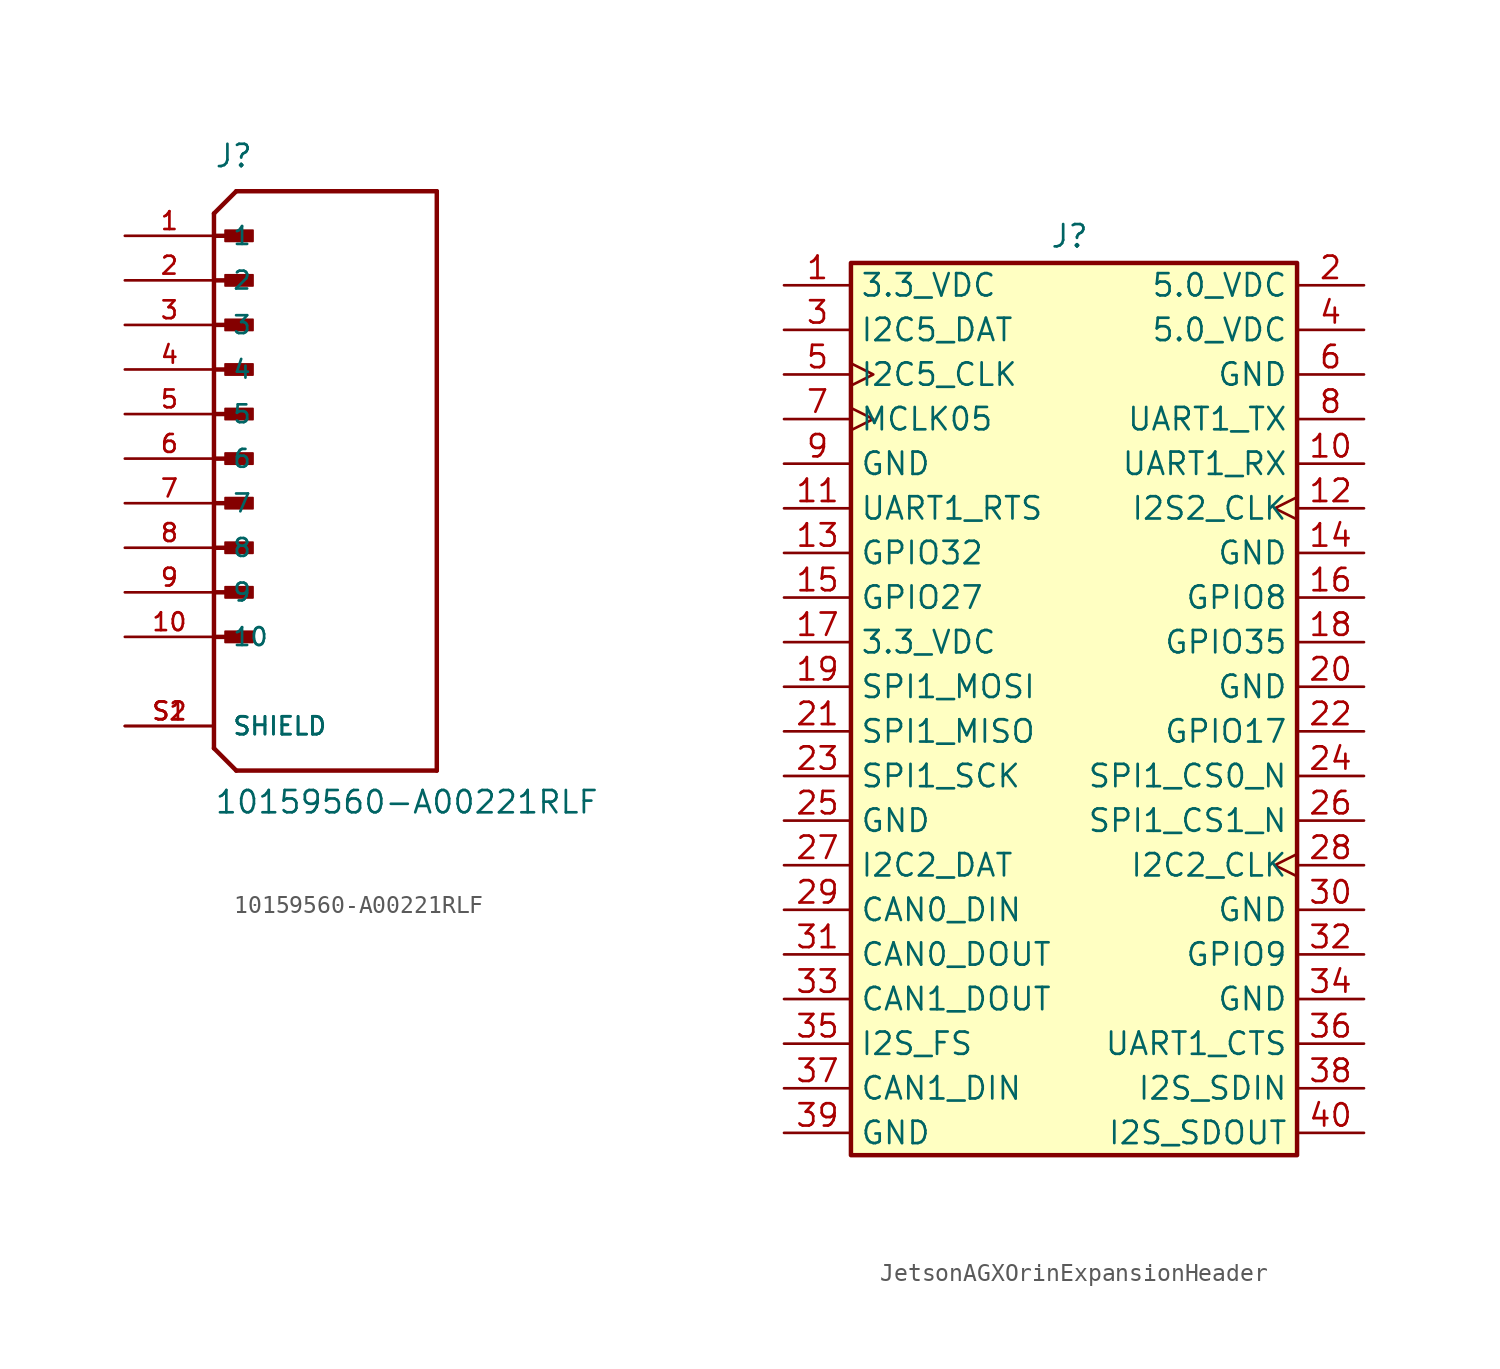
<source format=kicad_sym>
(kicad_symbol_lib
  (version 20231120)
  (generator "kicad_symbol_editor")
  (generator_version "8.0")
  (symbol "10159560-A00221RLF"
    (pin_names
      (offset 1.016))
    (property "Reference" "J"
      (at 0 16.51 0)
      (effects (font (size 1.27 1.27)) (justify left bottom)))
    (property "Value" "10159560-A00221RLF"
      (at 0 -20.32 0)
      (effects (font (size 1.27 1.27)) (justify left bottom)))
    (symbol "10159560-A00221RLF_0_0"
      (polyline (pts (xy 0 -16.51) (xy 1.27 -17.78)) (stroke (width 0.254) (type default)) (fill (type none)))
      (polyline (pts (xy 0 -10.16) (xy 1.905 -10.16)) (stroke (width 0.254) (type default)) (fill (type none)))
      (polyline (pts (xy 0 -7.62) (xy 1.905 -7.62)) (stroke (width 0.254) (type default)) (fill (type none)))
      (polyline (pts (xy 0 -5.08) (xy 1.905 -5.08)) (stroke (width 0.254) (type default)) (fill (type none)))
      (polyline (pts (xy 0 -2.54) (xy 1.905 -2.54)) (stroke (width 0.254) (type default)) (fill (type none)))
      (polyline (pts (xy 0 0) (xy 1.905 0)) (stroke (width 0.254) (type default)) (fill (type none)))
      (polyline (pts (xy 0 2.54) (xy 1.905 2.54)) (stroke (width 0.254) (type default)) (fill (type none)))
      (polyline (pts (xy 0 5.08) (xy 1.905 5.08)) (stroke (width 0.254) (type default)) (fill (type none)))
      (polyline (pts (xy 0 7.62) (xy 1.905 7.62)) (stroke (width 0.254) (type default)) (fill (type none)))
      (polyline (pts (xy 0 10.16) (xy 1.905 10.16)) (stroke (width 0.254) (type default)) (fill (type none)))
      (polyline (pts (xy 0 12.7) (xy 0 -16.51)) (stroke (width 0.254) (type default)) (fill (type none)))
      (polyline (pts (xy 0 12.7) (xy 1.905 12.7)) (stroke (width 0.254) (type default)) (fill (type none)))
      (polyline (pts (xy 0 13.97) (xy 0 12.7)) (stroke (width 0.254) (type default)) (fill (type none)))
      (polyline (pts (xy 0 13.97) (xy 1.27 15.24)) (stroke (width 0.254) (type default)) (fill (type none)))
      (polyline (pts (xy 1.27 -17.78) (xy 12.7 -17.78)) (stroke (width 0.254) (type default)) (fill (type none)))
      (polyline (pts (xy 12.7 -17.78) (xy 12.7 15.24)) (stroke (width 0.254) (type default)) (fill (type none)))
      (polyline (pts (xy 12.7 15.24) (xy 1.27 15.24)) (stroke (width 0.254) (type default)) (fill (type none)))
      (rectangle (start 0.635 -10.477) (end 2.223 -9.842) (stroke (width 0.1) (type default)) (fill (type outline)))
      (rectangle (start 0.635 -7.938) (end 2.223 -7.303) (stroke (width 0.1) (type default)) (fill (type outline)))
      (rectangle (start 0.635 -5.397) (end 2.223 -4.763) (stroke (width 0.1) (type default)) (fill (type outline)))
      (rectangle (start 0.635 -2.857) (end 2.223 -2.223) (stroke (width 0.1) (type default)) (fill (type outline)))
      (rectangle (start 0.635 -0.318) (end 2.223 0.318) (stroke (width 0.1) (type default)) (fill (type outline)))
      (rectangle (start 0.635 2.223) (end 2.223 2.857) (stroke (width 0.1) (type default)) (fill (type outline)))
      (rectangle (start 0.635 4.763) (end 2.223 5.397) (stroke (width 0.1) (type default)) (fill (type outline)))
      (rectangle (start 0.635 7.303) (end 2.223 7.938) (stroke (width 0.1) (type default)) (fill (type outline)))
      (rectangle (start 0.635 9.842) (end 2.223 10.477) (stroke (width 0.1) (type default)) (fill (type outline)))
      (rectangle (start 0.635 12.383) (end 2.223 13.018) (stroke (width 0.1) (type default)) (fill (type outline)))
      (pin power_in line (at -5.08 12.7 0) (length 5.08) (name "1" (effects (font (size 1.016 1.016)))) (number "1" (effects (font (size 1.016 1.016)))))
      (pin power_in line (at -5.08 -10.16 0) (length 5.08) (name "10" (effects (font (size 1.016 1.016)))) (number "10" (effects (font (size 1.016 1.016)))))
      (pin power_in line (at -5.08 10.16 0) (length 5.08) (name "2" (effects (font (size 1.016 1.016)))) (number "2" (effects (font (size 1.016 1.016)))))
      (pin power_in line (at -5.08 7.62 0) (length 5.08) (name "3" (effects (font (size 1.016 1.016)))) (number "3" (effects (font (size 1.016 1.016)))))
      (pin power_in line (at -5.08 5.08 0) (length 5.08) (name "4" (effects (font (size 1.016 1.016)))) (number "4" (effects (font (size 1.016 1.016)))))
      (pin power_in line (at -5.08 2.54 0) (length 5.08) (name "5" (effects (font (size 1.016 1.016)))) (number "5" (effects (font (size 1.016 1.016)))))
      (pin power_in line (at -5.08 0 0) (length 5.08) (name "6" (effects (font (size 1.016 1.016)))) (number "6" (effects (font (size 1.016 1.016)))))
      (pin power_in line (at -5.08 -2.54 0) (length 5.08) (name "7" (effects (font (size 1.016 1.016)))) (number "7" (effects (font (size 1.016 1.016)))))
      (pin power_in line (at -5.08 -5.08 0) (length 5.08) (name "8" (effects (font (size 1.016 1.016)))) (number "8" (effects (font (size 1.016 1.016)))))
      (pin power_in line (at -5.08 -7.62 0) (length 5.08) (name "9" (effects (font (size 1.016 1.016)))) (number "9" (effects (font (size 1.016 1.016)))))
      (pin passive line (at -5.08 -15.24 0) (length 5.08) (name "SHIELD" (effects (font (size 1.016 1.016)))) (number "S1" (effects (font (size 1.016 1.016)))))
      (pin passive line (at -5.08 -15.24 0) (length 5.08) (name "SHIELD" (effects (font (size 1.016 1.016)))) (number "S2" (effects (font (size 1.016 1.016)))))))
  (symbol "JetsonAGXOrinExpansionHeader"
    (property "Reference" "J"
      (at -0.254 25.654 0)
      (effects (font (size 1.27 1.27))))
    (property "Value" ""
      (at -1.27 29.21 0)
      (effects (font (size 1.27 1.27))))
    (symbol "JetsonAGXOrinExpansionHeader_1_1"
      (rectangle (start -12.7 24.13) (end 12.7 -26.67) (stroke (width 0.254) (type default)) (fill (type background)))
      (pin power_out line (at -16.51 22.86 0) (length 3.81) (name "3.3_VDC" (effects (font (size 1.27 1.27)))) (number "1" (effects (font (size 1.27 1.27)))))
      (pin passive line (at 16.51 12.7 180) (length 3.81) (name "UART1_RX" (effects (font (size 1.27 1.27)))) (number "10" (effects (font (size 1.27 1.27)))))
      (pin passive line (at -16.51 10.16 0) (length 3.81) (name "UART1_RTS" (effects (font (size 1.27 1.27)))) (number "11" (effects (font (size 1.27 1.27)))))
      (pin passive clock (at 16.51 10.16 180) (length 3.81) (name "I2S2_CLK" (effects (font (size 1.27 1.27)))) (number "12" (effects (font (size 1.27 1.27)))))
      (pin passive line (at -16.51 7.62 0) (length 3.81) (name "GPIO32" (effects (font (size 1.27 1.27)))) (number "13" (effects (font (size 1.27 1.27)))))
      (pin passive line (at 16.51 7.62 180) (length 3.81) (name "GND" (effects (font (size 1.27 1.27)))) (number "14" (effects (font (size 1.27 1.27)))))
      (pin passive line (at -16.51 5.08 0) (length 3.81) (name "GPIO27" (effects (font (size 1.27 1.27)))) (number "15" (effects (font (size 1.27 1.27)))))
      (pin passive line (at 16.51 5.08 180) (length 3.81) (name "GPIO8" (effects (font (size 1.27 1.27)))) (number "16" (effects (font (size 1.27 1.27)))))
      (pin power_out line (at -16.51 2.54 0) (length 3.81) (name "3.3_VDC" (effects (font (size 1.27 1.27)))) (number "17" (effects (font (size 1.27 1.27)))))
      (pin passive line (at 16.51 2.54 180) (length 3.81) (name "GPIO35" (effects (font (size 1.27 1.27)))) (number "18" (effects (font (size 1.27 1.27)))))
      (pin input line (at -16.51 0 0) (length 3.81) (name "SPI1_MOSI" (effects (font (size 1.27 1.27)))) (number "19" (effects (font (size 1.27 1.27)))))
      (pin power_out line (at 16.51 22.86 180) (length 3.81) (name "5.0_VDC" (effects (font (size 1.27 1.27)))) (number "2" (effects (font (size 1.27 1.27)))))
      (pin passive line (at 16.51 0 180) (length 3.81) (name "GND" (effects (font (size 1.27 1.27)))) (number "20" (effects (font (size 1.27 1.27)))))
      (pin output line (at -16.51 -2.54 0) (length 3.81) (name "SPI1_MISO" (effects (font (size 1.27 1.27)))) (number "21" (effects (font (size 1.27 1.27)))))
      (pin passive line (at 16.51 -2.54 180) (length 3.81) (name "GPIO17" (effects (font (size 1.27 1.27)))) (number "22" (effects (font (size 1.27 1.27)))))
      (pin passive line (at -16.51 -5.08 0) (length 3.81) (name "SPI1_SCK" (effects (font (size 1.27 1.27)))) (number "23" (effects (font (size 1.27 1.27)))))
      (pin passive line (at 16.51 -5.08 180) (length 3.81) (name "SPI1_CS0_N" (effects (font (size 1.27 1.27)))) (number "24" (effects (font (size 1.27 1.27)))))
      (pin passive line (at -16.51 -7.62 0) (length 3.81) (name "GND" (effects (font (size 1.27 1.27)))) (number "25" (effects (font (size 1.27 1.27)))))
      (pin passive line (at 16.51 -7.62 180) (length 3.81) (name "SPI1_CS1_N" (effects (font (size 1.27 1.27)))) (number "26" (effects (font (size 1.27 1.27)))))
      (pin passive line (at -16.51 -10.16 0) (length 3.81) (name "I2C2_DAT" (effects (font (size 1.27 1.27)))) (number "27" (effects (font (size 1.27 1.27)))))
      (pin passive clock (at 16.51 -10.16 180) (length 3.81) (name "I2C2_CLK" (effects (font (size 1.27 1.27)))) (number "28" (effects (font (size 1.27 1.27)))))
      (pin input line (at -16.51 -12.7 0) (length 3.81) (name "CAN0_DIN" (effects (font (size 1.27 1.27)))) (number "29" (effects (font (size 1.27 1.27)))))
      (pin passive line (at -16.51 20.32 0) (length 3.81) (name "I2C5_DAT" (effects (font (size 1.27 1.27)))) (number "3" (effects (font (size 1.27 1.27)))))
      (pin passive line (at 16.51 -12.7 180) (length 3.81) (name "GND" (effects (font (size 1.27 1.27)))) (number "30" (effects (font (size 1.27 1.27)))))
      (pin output line (at -16.51 -15.24 0) (length 3.81) (name "CAN0_DOUT" (effects (font (size 1.27 1.27)))) (number "31" (effects (font (size 1.27 1.27)))))
      (pin passive line (at 16.51 -15.24 180) (length 3.81) (name "GPIO9" (effects (font (size 1.27 1.27)))) (number "32" (effects (font (size 1.27 1.27)))))
      (pin output line (at -16.51 -17.78 0) (length 3.81) (name "CAN1_DOUT" (effects (font (size 1.27 1.27)))) (number "33" (effects (font (size 1.27 1.27)))))
      (pin passive line (at 16.51 -17.78 180) (length 3.81) (name "GND" (effects (font (size 1.27 1.27)))) (number "34" (effects (font (size 1.27 1.27)))))
      (pin passive line (at -16.51 -20.32 0) (length 3.81) (name "I2S_FS" (effects (font (size 1.27 1.27)))) (number "35" (effects (font (size 1.27 1.27)))))
      (pin passive line (at 16.51 -20.32 180) (length 3.81) (name "UART1_CTS" (effects (font (size 1.27 1.27)))) (number "36" (effects (font (size 1.27 1.27)))))
      (pin input line (at -16.51 -22.86 0) (length 3.81) (name "CAN1_DIN" (effects (font (size 1.27 1.27)))) (number "37" (effects (font (size 1.27 1.27)))))
      (pin input line (at 16.51 -22.86 180) (length 3.81) (name "I2S_SDIN" (effects (font (size 1.27 1.27)))) (number "38" (effects (font (size 1.27 1.27)))))
      (pin passive line (at -16.51 -25.4 0) (length 3.81) (name "GND" (effects (font (size 1.27 1.27)))) (number "39" (effects (font (size 1.27 1.27)))))
      (pin power_out line (at 16.51 20.32 180) (length 3.81) (name "5.0_VDC" (effects (font (size 1.27 1.27)))) (number "4" (effects (font (size 1.27 1.27)))))
      (pin output line (at 16.51 -25.4 180) (length 3.81) (name "I2S_SDOUT" (effects (font (size 1.27 1.27)))) (number "40" (effects (font (size 1.27 1.27)))))
      (pin passive clock (at -16.51 17.78 0) (length 3.81) (name "I2C5_CLK" (effects (font (size 1.27 1.27)))) (number "5" (effects (font (size 1.27 1.27)))))
      (pin passive line (at 16.51 17.78 180) (length 3.81) (name "GND" (effects (font (size 1.27 1.27)))) (number "6" (effects (font (size 1.27 1.27)))))
      (pin passive clock (at -16.51 15.24 0) (length 3.81) (name "MCLK05" (effects (font (size 1.27 1.27)))) (number "7" (effects (font (size 1.27 1.27)))))
      (pin passive line (at 16.51 15.24 180) (length 3.81) (name "UART1_TX" (effects (font (size 1.27 1.27)))) (number "8" (effects (font (size 1.27 1.27)))))
      (pin passive line (at -16.51 12.7 0) (length 3.81) (name "GND" (effects (font (size 1.27 1.27)))) (number "9" (effects (font (size 1.27 1.27))))))))
</source>
